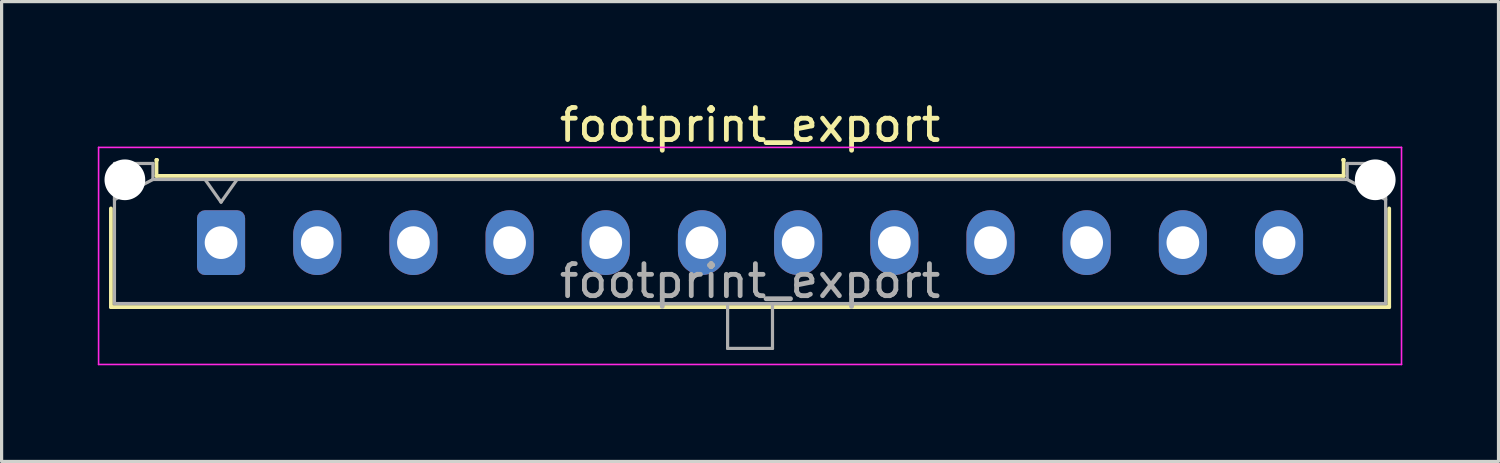
<source format=kicad_pcb>
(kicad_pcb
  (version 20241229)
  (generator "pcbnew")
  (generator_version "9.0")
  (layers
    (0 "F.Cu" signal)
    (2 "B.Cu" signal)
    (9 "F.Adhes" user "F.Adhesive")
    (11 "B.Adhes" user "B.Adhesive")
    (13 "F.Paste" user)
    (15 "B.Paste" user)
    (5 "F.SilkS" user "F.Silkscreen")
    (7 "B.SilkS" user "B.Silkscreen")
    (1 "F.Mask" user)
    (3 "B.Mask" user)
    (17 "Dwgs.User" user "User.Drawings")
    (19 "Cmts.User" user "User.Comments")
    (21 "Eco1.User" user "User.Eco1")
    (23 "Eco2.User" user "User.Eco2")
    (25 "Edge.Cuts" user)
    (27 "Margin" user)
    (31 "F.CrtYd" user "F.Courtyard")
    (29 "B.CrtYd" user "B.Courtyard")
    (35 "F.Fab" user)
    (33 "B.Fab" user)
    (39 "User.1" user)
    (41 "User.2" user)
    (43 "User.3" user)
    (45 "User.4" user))
  (footprint "footprint_export"
    (layer "F.Cu")
    (at 3.845 4.518)
    (property "Reference" "footprint_export" (at 16.5 -3.67 0) (layer "F.SilkS") (effects (font (size 1 1) (thickness 0.15))))
    (attr through_hole)
    (fp_line (start -3.435 -1.065) (end -3.435 2.01) (stroke (width 0.12) (type solid)) (layer "F.SilkS"))
    (fp_line (start -3.435 2.01) (end 36.435 2.01) (stroke (width 0.12) (type solid)) (layer "F.SilkS"))
    (fp_line (start -2.015 -2.58) (end -2.015 -2.08) (stroke (width 0.12) (type solid)) (layer "F.SilkS"))
    (fp_line (start -2.015 -2.08) (end 35.015 -2.08) (stroke (width 0.12) (type solid)) (layer "F.SilkS"))
    (fp_line (start -1.995 -2.58) (end -2.015 -2.58) (stroke (width 0.12) (type solid)) (layer "F.SilkS"))
    (fp_line (start 35.015 -2.58) (end 34.995 -2.58) (stroke (width 0.12) (type solid)) (layer "F.SilkS"))
    (fp_line (start 35.015 -2.08) (end 35.015 -2.58) (stroke (width 0.12) (type solid)) (layer "F.SilkS"))
    (fp_line (start 36.435 2.01) (end 36.435 -1.065) (stroke (width 0.12) (type solid)) (layer "F.SilkS"))
    (fp_line (start -3.82 -2.97) (end 36.82 -2.97) (stroke (width 0.05) (type solid)) (layer "F.CrtYd"))
    (fp_line (start -3.82 3.8) (end -3.82 -2.97) (stroke (width 0.05) (type solid)) (layer "F.CrtYd"))
    (fp_line (start 36.82 -2.97) (end 36.82 3.8) (stroke (width 0.05) (type solid)) (layer "F.CrtYd"))
    (fp_line (start 36.82 3.8) (end -3.82 3.8) (stroke (width 0.05) (type solid)) (layer "F.CrtYd"))
    (fp_line (start -3.325 -2.47) (end -3.325 1.9) (stroke (width 0.1) (type solid)) (layer "F.Fab"))
    (fp_line (start -3.325 -1.34) (end -2.125 -1.97) (stroke (width 0.1) (type solid)) (layer "F.Fab"))
    (fp_line (start -3.325 1.9) (end 36.325 1.9) (stroke (width 0.1) (type solid)) (layer "F.Fab"))
    (fp_line (start -2.125 -2.47) (end -3.325 -2.47) (stroke (width 0.1) (type solid)) (layer "F.Fab"))
    (fp_line (start -2.125 -1.97) (end -2.125 -2.47) (stroke (width 0.1) (type solid)) (layer "F.Fab"))
    (fp_line (start -0.5 -1.97) (end 0 -1.263) (stroke (width 0.1) (type solid)) (layer "F.Fab"))
    (fp_line (start 0 -1.263) (end 0.5 -1.97) (stroke (width 0.1) (type solid)) (layer "F.Fab"))
    (fp_line (start 15.8 1.9) (end 15.8 3.3) (stroke (width 0.1) (type solid)) (layer "F.Fab"))
    (fp_line (start 15.8 3.3) (end 17.2 3.3) (stroke (width 0.1) (type solid)) (layer "F.Fab"))
    (fp_line (start 17.2 3.3) (end 17.2 1.9) (stroke (width 0.1) (type solid)) (layer "F.Fab"))
    (fp_line (start 35.125 -2.47) (end 35.125 -1.97) (stroke (width 0.1) (type solid)) (layer "F.Fab"))
    (fp_line (start 35.125 -1.97) (end -2.125 -1.97) (stroke (width 0.1) (type solid)) (layer "F.Fab"))
    (fp_line (start 36.325 -2.47) (end 35.125 -2.47) (stroke (width 0.1) (type solid)) (layer "F.Fab"))
    (fp_line (start 36.325 -1.34) (end 35.125 -1.97) (stroke (width 0.1) (type solid)) (layer "F.Fab"))
    (fp_line (start 36.325 1.9) (end 36.325 -2.47) (stroke (width 0.1) (type solid)) (layer "F.Fab"))
    (fp_text user "${REFERENCE}" (at 16.5 1.2 0) (layer "F.Fab") (effects (font (size 1 1) (thickness 0.15))))
    (pad "" np_thru_hole circle (at -3 -1.96) (size 1.27 1.27) (drill 1.27) (layers "*.Cu" "*.Mask"))
    (pad "" np_thru_hole circle (at 36 -1.96) (size 1.27 1.27) (drill 1.27) (layers "*.Cu" "*.Mask"))
    (pad "1" thru_hole roundrect (at 0 0) (size 1.5 2.02) (drill 1.02) (layers "*.Cu" "*.Mask") (roundrect_rratio 0.167))
    (pad "2" thru_hole oval (at 3 0) (size 1.5 2.02) (drill 1.02) (layers "*.Cu" "*.Mask"))
    (pad "3" thru_hole oval (at 6 0) (size 1.5 2.02) (drill 1.02) (layers "*.Cu" "*.Mask"))
    (pad "4" thru_hole oval (at 9 0) (size 1.5 2.02) (drill 1.02) (layers "*.Cu" "*.Mask"))
    (pad "5" thru_hole oval (at 12 0) (size 1.5 2.02) (drill 1.02) (layers "*.Cu" "*.Mask"))
    (pad "6" thru_hole oval (at 15 0) (size 1.5 2.02) (drill 1.02) (layers "*.Cu" "*.Mask"))
    (pad "7" thru_hole oval (at 18 0) (size 1.5 2.02) (drill 1.02) (layers "*.Cu" "*.Mask"))
    (pad "8" thru_hole oval (at 21 0) (size 1.5 2.02) (drill 1.02) (layers "*.Cu" "*.Mask"))
    (pad "9" thru_hole oval (at 24 0) (size 1.5 2.02) (drill 1.02) (layers "*.Cu" "*.Mask"))
    (pad "10" thru_hole oval (at 27 0) (size 1.5 2.02) (drill 1.02) (layers "*.Cu" "*.Mask"))
    (pad "11" thru_hole oval (at 30 0) (size 1.5 2.02) (drill 1.02) (layers "*.Cu" "*.Mask"))
    (pad "12" thru_hole oval (at 33 0) (size 1.5 2.02) (drill 1.02) (layers "*.Cu" "*.Mask")))
  (gr_rect
    (start -3 -3)
    (end 43.69 11.343)
    (stroke (width 0.1) (type default))
    (fill no)
    (layer "Edge.Cuts")))
</source>
